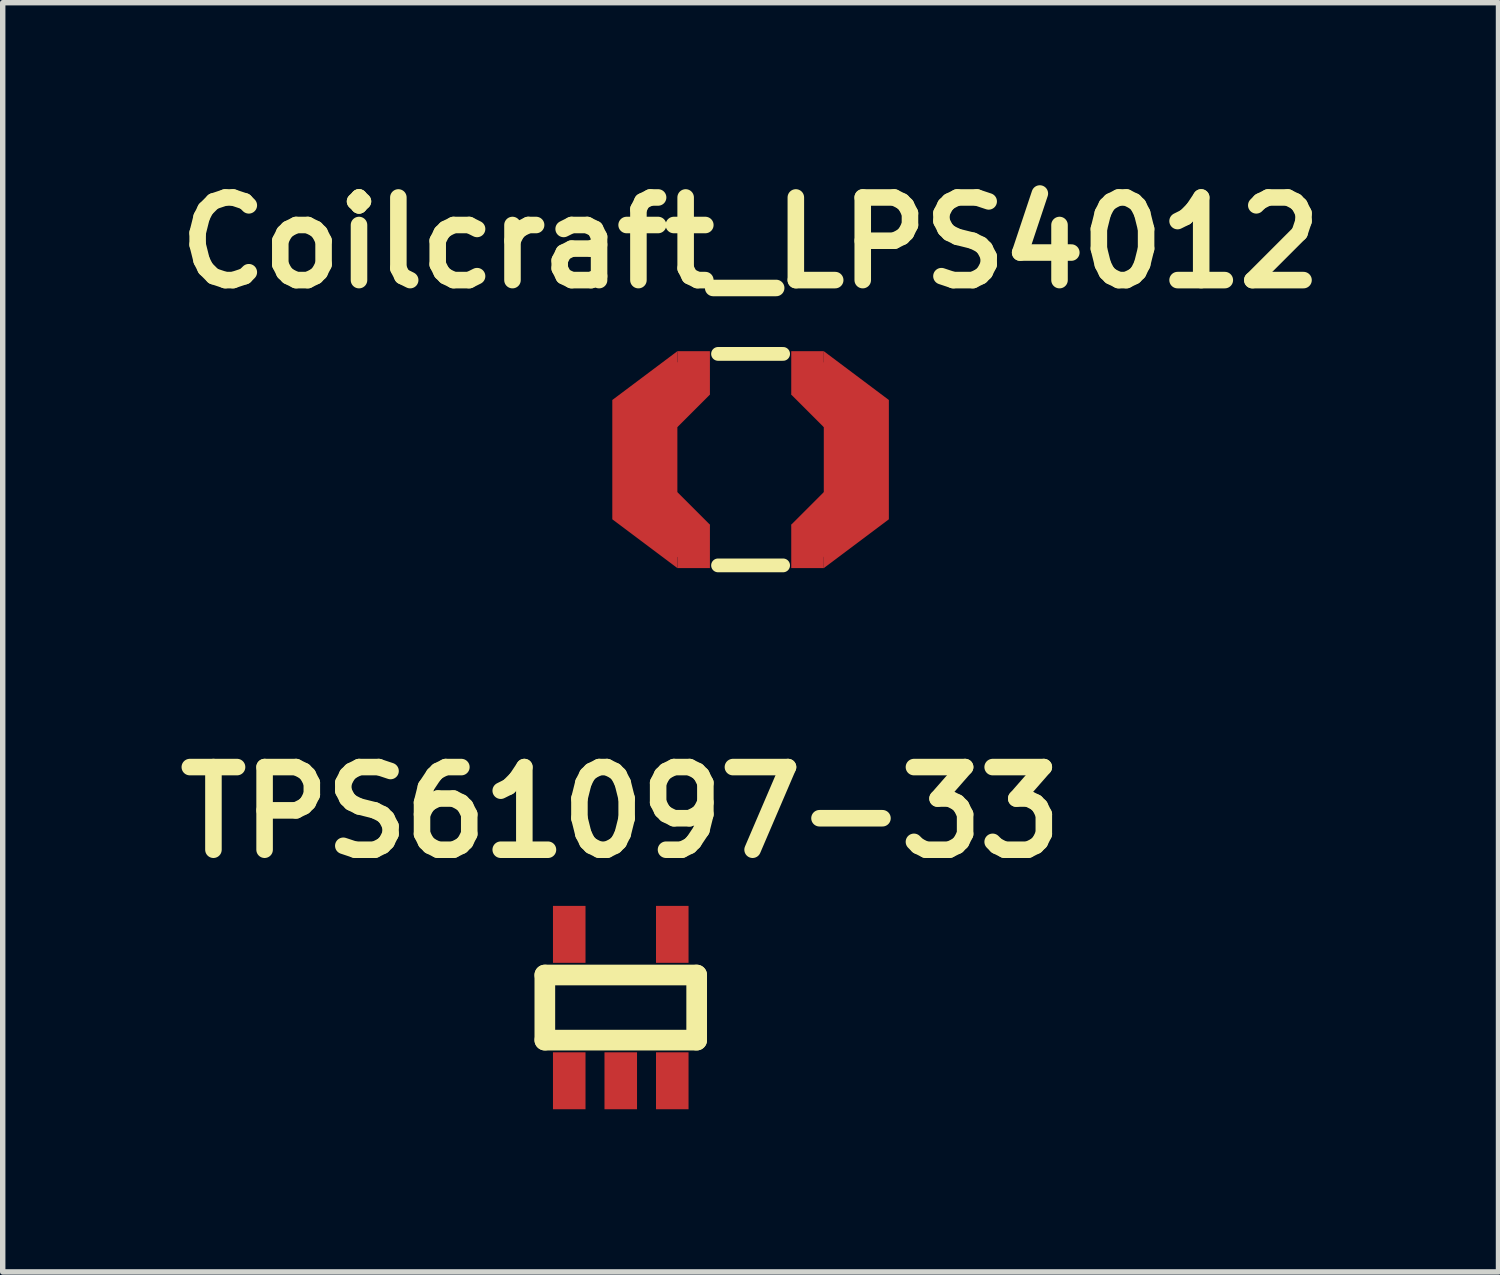
<source format=kicad_pcb>
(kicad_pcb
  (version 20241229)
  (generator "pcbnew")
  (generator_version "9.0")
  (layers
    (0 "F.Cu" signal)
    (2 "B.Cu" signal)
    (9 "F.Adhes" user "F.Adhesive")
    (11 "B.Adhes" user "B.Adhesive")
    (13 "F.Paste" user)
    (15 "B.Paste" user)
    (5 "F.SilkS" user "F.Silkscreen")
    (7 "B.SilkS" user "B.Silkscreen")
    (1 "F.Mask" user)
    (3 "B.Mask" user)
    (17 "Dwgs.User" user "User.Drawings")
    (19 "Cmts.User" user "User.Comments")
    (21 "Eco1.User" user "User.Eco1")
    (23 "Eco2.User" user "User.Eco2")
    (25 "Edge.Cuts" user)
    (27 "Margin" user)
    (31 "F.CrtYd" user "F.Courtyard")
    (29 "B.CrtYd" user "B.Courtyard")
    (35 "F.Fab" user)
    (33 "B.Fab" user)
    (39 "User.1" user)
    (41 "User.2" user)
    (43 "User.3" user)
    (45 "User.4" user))
  (footprint "Coilcraft_LPS4012"
    (layer "F.Cu")
    (at 10.791 5.426)
    (property "Reference" "Coilcraft_LPS4012" (at 0 -4 0) (layer "F.SilkS") (effects (font (size 1.524 1.524) (thickness 0.305))))
    (attr through_hole)
    (fp_line (start -0.6 -1.95) (end 0.6 -1.95) (stroke (width 0.254) (type solid)) (layer "F.SilkS"))
    (fp_line (start -0.6 1.95) (end 0.6 1.95) (stroke (width 0.254) (type solid)) (layer "F.SilkS"))
    (pad "1" smd trapezoid (at -1.95 0) (size 1.2 3.1) (rect_delta -0.9 0) (layers "F.Cu" "F.Mask" "F.Paste"))
    (pad "1" smd rect (at -1.35 -1.2 45) (size 0.85 0.85) (layers "F.Cu" "F.Mask" "F.Paste"))
    (pad "1" smd rect (at -1.35 1.2 45) (size 0.85 0.85) (layers "F.Cu" "F.Mask" "F.Paste"))
    (pad "1" smd rect (at -1.05 -1.6) (size 0.6 0.8) (layers "F.Cu" "F.Mask" "F.Paste"))
    (pad "1" smd rect (at -1.05 1.6) (size 0.6 0.8) (layers "F.Cu" "F.Mask" "F.Paste"))
    (pad "2" smd rect (at 1.05 -1.6) (size 0.6 0.8) (layers "F.Cu" "F.Mask" "F.Paste"))
    (pad "2" smd rect (at 1.05 1.6) (size 0.6 0.8) (layers "F.Cu" "F.Mask" "F.Paste"))
    (pad "2" smd rect (at 1.35 -1.2 45) (size 0.85 0.85) (layers "F.Cu" "F.Mask" "F.Paste"))
    (pad "2" smd rect (at 1.35 1.2 45) (size 0.85 0.85) (layers "F.Cu" "F.Mask" "F.Paste"))
    (pad "2" smd trapezoid (at 1.95 0) (size 1.2 3.1) (rect_delta 0.9 0) (layers "F.Cu" "F.Mask" "F.Paste")))
  (footprint "TPS61097-33"
    (layer "F.Cu")
    (at 8.397 15.53)
    (property "Reference" "TPS61097-33" (at 0 -3.6 0) (layer "F.SilkS") (effects (font (size 1.524 1.524) (thickness 0.305))))
    (attr through_hole)
    (fp_line (start -1.4 -0.6) (end -1.4 0.6) (stroke (width 0.381) (type solid)) (layer "F.SilkS"))
    (fp_line (start -1.4 0.6) (end 1.4 0.6) (stroke (width 0.381) (type solid)) (layer "F.SilkS"))
    (fp_line (start 1.4 -0.6) (end -1.4 -0.6) (stroke (width 0.381) (type solid)) (layer "F.SilkS"))
    (fp_line (start 1.4 0.6) (end 1.4 -0.6) (stroke (width 0.381) (type solid)) (layer "F.SilkS"))
    (pad "1" smd rect (at -0.95 1.35) (size 0.6 1.05) (layers "F.Cu" "F.Mask" "F.Paste"))
    (pad "2" smd rect (at 0 1.35) (size 0.6 1.05) (layers "F.Cu" "F.Mask" "F.Paste"))
    (pad "3" smd rect (at 0.95 1.35) (size 0.6 1.05) (layers "F.Cu" "F.Mask" "F.Paste"))
    (pad "4" smd rect (at 0.95 -1.35) (size 0.6 1.05) (layers "F.Cu" "F.Mask" "F.Paste"))
    (pad "5" smd rect (at -0.95 -1.35) (size 0.6 1.05) (layers "F.Cu" "F.Mask" "F.Paste")))
  (gr_rect
    (start -3 -3)
    (end 24.583 20.405)
    (stroke (width 0.1) (type default))
    (fill no)
    (layer "Edge.Cuts")))
</source>
